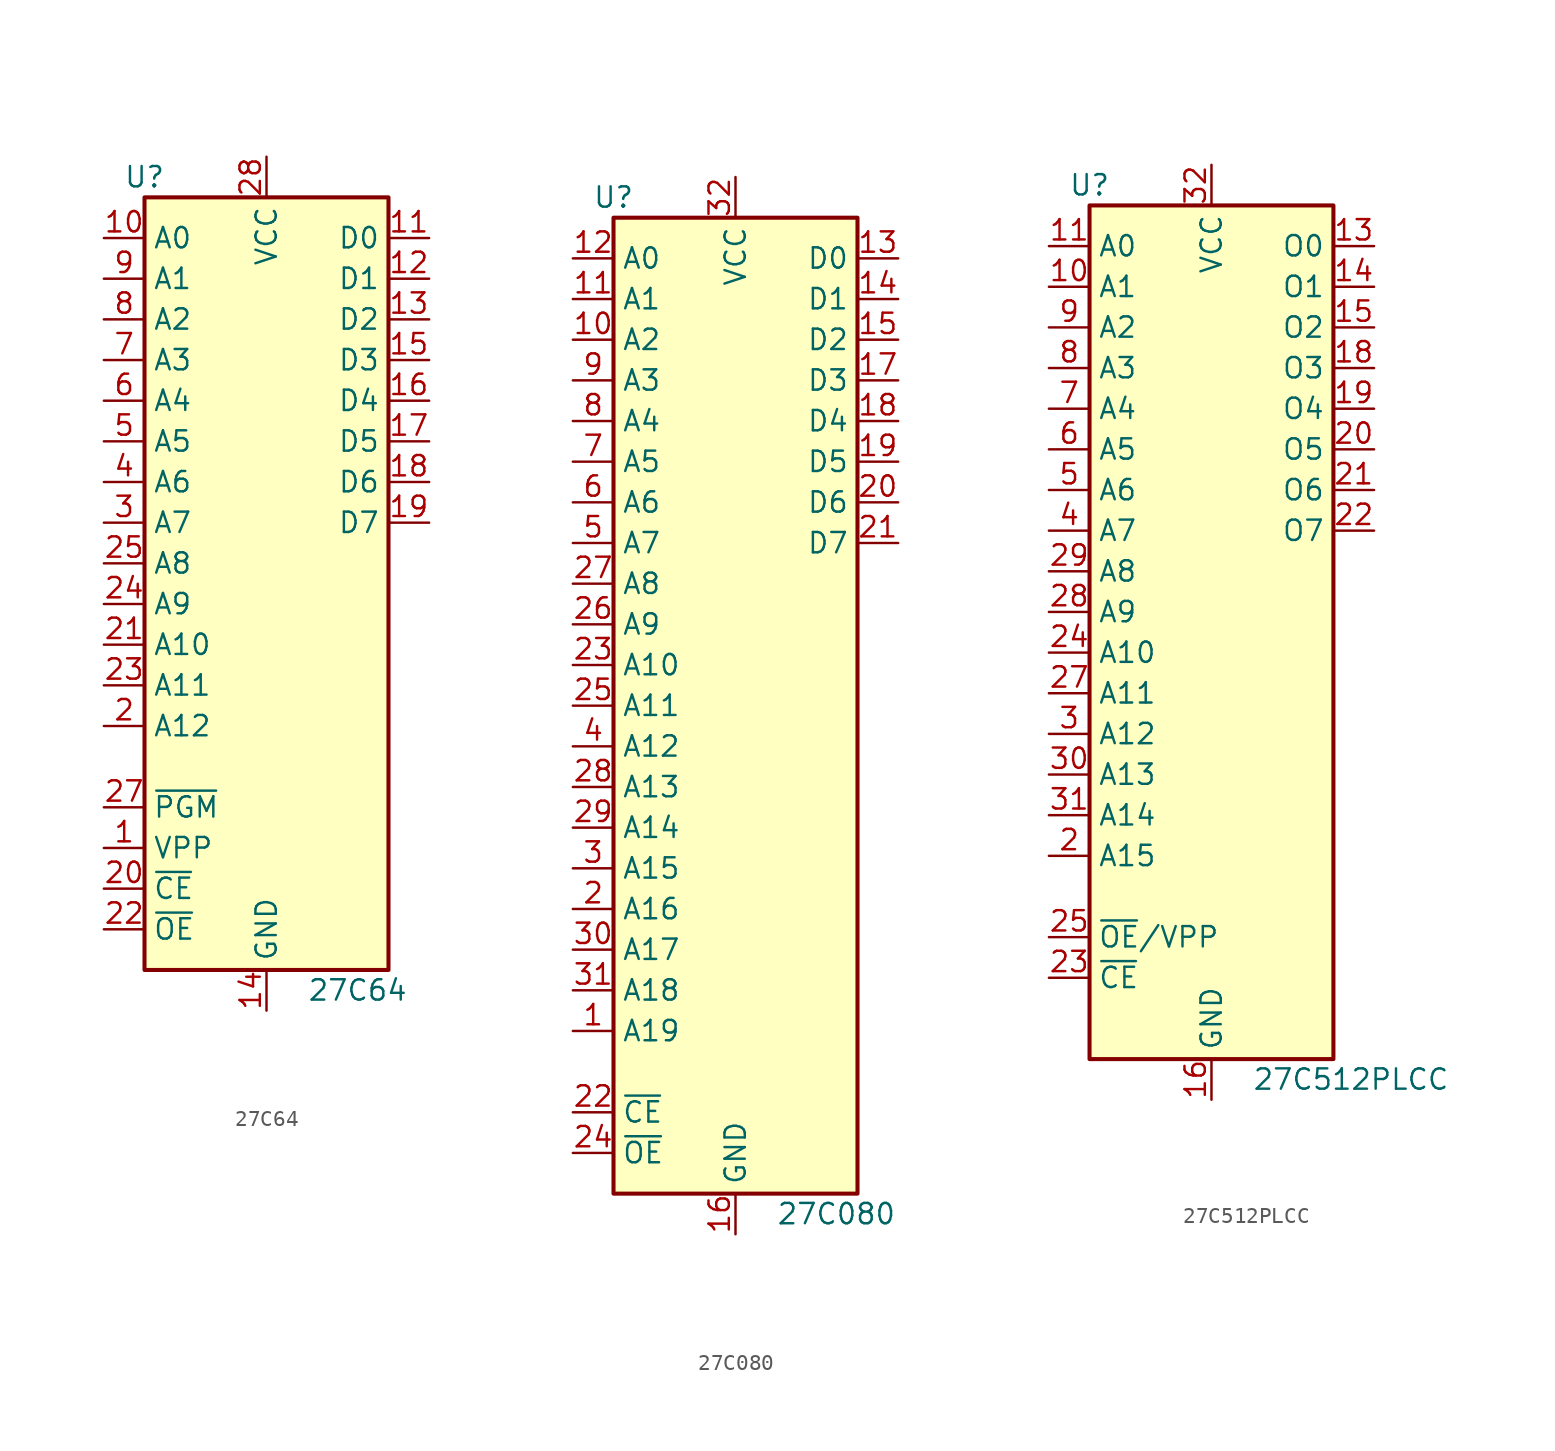
<source format=kicad_sym>
(kicad_symbol_lib
  (version 20200908)
  (generator kicad_symbol_editor)
  (symbol "Memory_EPROM:27C64"
    (property "Reference" "U"
      (at -7.62 24.13 0)
      (effects (font (size 1.27 1.27))))
    (property "Value" "27C64"
      (at 2.54 -26.67 0)
      (effects (font (size 1.27 1.27)) (justify left)))
    (symbol "27C64_1_1"
      (rectangle (start -7.62 22.86) (end 7.62 -25.4) (stroke (width 0.254)) (fill (type background)))
      (pin input line (at -10.16 -17.78 0) (length 2.54) (name "VPP" (effects (font (size 1.27 1.27)))) (number "1" (effects (font (size 1.27 1.27)))))
      (pin input line (at -10.16 -10.16 0) (length 2.54) (name "A12" (effects (font (size 1.27 1.27)))) (number "2" (effects (font (size 1.27 1.27)))))
      (pin input line (at -10.16 2.54 0) (length 2.54) (name "A7" (effects (font (size 1.27 1.27)))) (number "3" (effects (font (size 1.27 1.27)))))
      (pin input line (at -10.16 5.08 0) (length 2.54) (name "A6" (effects (font (size 1.27 1.27)))) (number "4" (effects (font (size 1.27 1.27)))))
      (pin input line (at -10.16 7.62 0) (length 2.54) (name "A5" (effects (font (size 1.27 1.27)))) (number "5" (effects (font (size 1.27 1.27)))))
      (pin input line (at -10.16 10.16 0) (length 2.54) (name "A4" (effects (font (size 1.27 1.27)))) (number "6" (effects (font (size 1.27 1.27)))))
      (pin input line (at -10.16 12.7 0) (length 2.54) (name "A3" (effects (font (size 1.27 1.27)))) (number "7" (effects (font (size 1.27 1.27)))))
      (pin input line (at -10.16 15.24 0) (length 2.54) (name "A2" (effects (font (size 1.27 1.27)))) (number "8" (effects (font (size 1.27 1.27)))))
      (pin input line (at -10.16 17.78 0) (length 2.54) (name "A1" (effects (font (size 1.27 1.27)))) (number "9" (effects (font (size 1.27 1.27)))))
      (pin input line (at -10.16 20.32 0) (length 2.54) (name "A0" (effects (font (size 1.27 1.27)))) (number "10" (effects (font (size 1.27 1.27)))))
      (pin input line (at -10.16 -20.32 0) (length 2.54) (name "~CE" (effects (font (size 1.27 1.27)))) (number "20" (effects (font (size 1.27 1.27)))))
      (pin tri_state line (at 10.16 20.32 180) (length 2.54) (name "D0" (effects (font (size 1.27 1.27)))) (number "11" (effects (font (size 1.27 1.27)))))
      (pin input line (at -10.16 -5.08 0) (length 2.54) (name "A10" (effects (font (size 1.27 1.27)))) (number "21" (effects (font (size 1.27 1.27)))))
      (pin tri_state line (at 10.16 17.78 180) (length 2.54) (name "D1" (effects (font (size 1.27 1.27)))) (number "12" (effects (font (size 1.27 1.27)))))
      (pin input line (at -10.16 -22.86 0) (length 2.54) (name "~OE" (effects (font (size 1.27 1.27)))) (number "22" (effects (font (size 1.27 1.27)))))
      (pin tri_state line (at 10.16 15.24 180) (length 2.54) (name "D2" (effects (font (size 1.27 1.27)))) (number "13" (effects (font (size 1.27 1.27)))))
      (pin input line (at -10.16 -7.62 0) (length 2.54) (name "A11" (effects (font (size 1.27 1.27)))) (number "23" (effects (font (size 1.27 1.27)))))
      (pin power_in line (at 0 -27.94 90) (length 2.54) (name "GND" (effects (font (size 1.27 1.27)))) (number "14" (effects (font (size 1.27 1.27)))))
      (pin input line (at -10.16 -2.54 0) (length 2.54) (name "A9" (effects (font (size 1.27 1.27)))) (number "24" (effects (font (size 1.27 1.27)))))
      (pin tri_state line (at 10.16 12.7 180) (length 2.54) (name "D3" (effects (font (size 1.27 1.27)))) (number "15" (effects (font (size 1.27 1.27)))))
      (pin input line (at -10.16 0 0) (length 2.54) (name "A8" (effects (font (size 1.27 1.27)))) (number "25" (effects (font (size 1.27 1.27)))))
      (pin tri_state line (at 10.16 10.16 180) (length 2.54) (name "D4" (effects (font (size 1.27 1.27)))) (number "16" (effects (font (size 1.27 1.27)))))
      (pin unconnected line (at 7.62 0 180) (length 2.54) hide (name "NC" (effects (font (size 1.27 1.27)))) (number "26" (effects (font (size 1.27 1.27)))))
      (pin tri_state line (at 10.16 7.62 180) (length 2.54) (name "D5" (effects (font (size 1.27 1.27)))) (number "17" (effects (font (size 1.27 1.27)))))
      (pin input line (at -10.16 -15.24 0) (length 2.54) (name "~PGM" (effects (font (size 1.27 1.27)))) (number "27" (effects (font (size 1.27 1.27)))))
      (pin tri_state line (at 10.16 5.08 180) (length 2.54) (name "D6" (effects (font (size 1.27 1.27)))) (number "18" (effects (font (size 1.27 1.27)))))
      (pin power_in line (at 0 25.4 270) (length 2.54) (name "VCC" (effects (font (size 1.27 1.27)))) (number "28" (effects (font (size 1.27 1.27)))))
      (pin tri_state line (at 10.16 2.54 180) (length 2.54) (name "D7" (effects (font (size 1.27 1.27)))) (number "19" (effects (font (size 1.27 1.27)))))))
  (symbol "Memory_EPROM:27C080"
    (property "Reference" "U"
      (at -7.62 31.75 0)
      (effects (font (size 1.27 1.27))))
    (property "Value" "27C080"
      (at 2.54 -31.75 0)
      (effects (font (size 1.27 1.27)) (justify left)))
    (symbol "27C080_1_1"
      (rectangle (start -7.62 30.48) (end 7.62 -30.48) (stroke (width 0.254)) (fill (type background)))
      (pin input line (at -10.16 -20.32 0) (length 2.54) (name "A19" (effects (font (size 1.27 1.27)))) (number "1" (effects (font (size 1.27 1.27)))))
      (pin input line (at -10.16 -12.7 0) (length 2.54) (name "A16" (effects (font (size 1.27 1.27)))) (number "2" (effects (font (size 1.27 1.27)))))
      (pin input line (at -10.16 -10.16 0) (length 2.54) (name "A15" (effects (font (size 1.27 1.27)))) (number "3" (effects (font (size 1.27 1.27)))))
      (pin input line (at -10.16 -2.54 0) (length 2.54) (name "A12" (effects (font (size 1.27 1.27)))) (number "4" (effects (font (size 1.27 1.27)))))
      (pin input line (at -10.16 10.16 0) (length 2.54) (name "A7" (effects (font (size 1.27 1.27)))) (number "5" (effects (font (size 1.27 1.27)))))
      (pin input line (at -10.16 12.7 0) (length 2.54) (name "A6" (effects (font (size 1.27 1.27)))) (number "6" (effects (font (size 1.27 1.27)))))
      (pin input line (at -10.16 15.24 0) (length 2.54) (name "A5" (effects (font (size 1.27 1.27)))) (number "7" (effects (font (size 1.27 1.27)))))
      (pin input line (at -10.16 17.78 0) (length 2.54) (name "A4" (effects (font (size 1.27 1.27)))) (number "8" (effects (font (size 1.27 1.27)))))
      (pin input line (at -10.16 20.32 0) (length 2.54) (name "A3" (effects (font (size 1.27 1.27)))) (number "9" (effects (font (size 1.27 1.27)))))
      (pin input line (at -10.16 22.86 0) (length 2.54) (name "A2" (effects (font (size 1.27 1.27)))) (number "10" (effects (font (size 1.27 1.27)))))
      (pin tri_state line (at 10.16 12.7 180) (length 2.54) (name "D6" (effects (font (size 1.27 1.27)))) (number "20" (effects (font (size 1.27 1.27)))))
      (pin input line (at -10.16 -15.24 0) (length 2.54) (name "A17" (effects (font (size 1.27 1.27)))) (number "30" (effects (font (size 1.27 1.27)))))
      (pin input line (at -10.16 25.4 0) (length 2.54) (name "A1" (effects (font (size 1.27 1.27)))) (number "11" (effects (font (size 1.27 1.27)))))
      (pin tri_state line (at 10.16 10.16 180) (length 2.54) (name "D7" (effects (font (size 1.27 1.27)))) (number "21" (effects (font (size 1.27 1.27)))))
      (pin input line (at -10.16 -17.78 0) (length 2.54) (name "A18" (effects (font (size 1.27 1.27)))) (number "31" (effects (font (size 1.27 1.27)))))
      (pin input line (at -10.16 27.94 0) (length 2.54) (name "A0" (effects (font (size 1.27 1.27)))) (number "12" (effects (font (size 1.27 1.27)))))
      (pin input line (at -10.16 -25.4 0) (length 2.54) (name "~CE" (effects (font (size 1.27 1.27)))) (number "22" (effects (font (size 1.27 1.27)))))
      (pin power_in line (at 0 33.02 270) (length 2.54) (name "VCC" (effects (font (size 1.27 1.27)))) (number "32" (effects (font (size 1.27 1.27)))))
      (pin tri_state line (at 10.16 27.94 180) (length 2.54) (name "D0" (effects (font (size 1.27 1.27)))) (number "13" (effects (font (size 1.27 1.27)))))
      (pin input line (at -10.16 2.54 0) (length 2.54) (name "A10" (effects (font (size 1.27 1.27)))) (number "23" (effects (font (size 1.27 1.27)))))
      (pin tri_state line (at 10.16 25.4 180) (length 2.54) (name "D1" (effects (font (size 1.27 1.27)))) (number "14" (effects (font (size 1.27 1.27)))))
      (pin input line (at -10.16 -27.94 0) (length 2.54) (name "~OE" (effects (font (size 1.27 1.27)))) (number "24" (effects (font (size 1.27 1.27)))))
      (pin tri_state line (at 10.16 22.86 180) (length 2.54) (name "D2" (effects (font (size 1.27 1.27)))) (number "15" (effects (font (size 1.27 1.27)))))
      (pin input line (at -10.16 0 0) (length 2.54) (name "A11" (effects (font (size 1.27 1.27)))) (number "25" (effects (font (size 1.27 1.27)))))
      (pin power_in line (at 0 -33.02 90) (length 2.54) (name "GND" (effects (font (size 1.27 1.27)))) (number "16" (effects (font (size 1.27 1.27)))))
      (pin input line (at -10.16 5.08 0) (length 2.54) (name "A9" (effects (font (size 1.27 1.27)))) (number "26" (effects (font (size 1.27 1.27)))))
      (pin tri_state line (at 10.16 20.32 180) (length 2.54) (name "D3" (effects (font (size 1.27 1.27)))) (number "17" (effects (font (size 1.27 1.27)))))
      (pin input line (at -10.16 7.62 0) (length 2.54) (name "A8" (effects (font (size 1.27 1.27)))) (number "27" (effects (font (size 1.27 1.27)))))
      (pin tri_state line (at 10.16 17.78 180) (length 2.54) (name "D4" (effects (font (size 1.27 1.27)))) (number "18" (effects (font (size 1.27 1.27)))))
      (pin input line (at -10.16 -5.08 0) (length 2.54) (name "A13" (effects (font (size 1.27 1.27)))) (number "28" (effects (font (size 1.27 1.27)))))
      (pin tri_state line (at 10.16 15.24 180) (length 2.54) (name "D5" (effects (font (size 1.27 1.27)))) (number "19" (effects (font (size 1.27 1.27)))))
      (pin input line (at -10.16 -7.62 0) (length 2.54) (name "A14" (effects (font (size 1.27 1.27)))) (number "29" (effects (font (size 1.27 1.27)))))))
  (symbol "Memory_EPROM:27C512PLCC"
    (property "Reference" "U"
      (at -7.62 26.67 0)
      (effects (font (size 1.27 1.27))))
    (property "Value" "27C512PLCC"
      (at 2.54 -29.21 0)
      (effects (font (size 1.27 1.27)) (justify left)))
    (symbol "27C512PLCC_1_1"
      (rectangle (start -7.62 25.4) (end 7.62 -27.94) (stroke (width 0.254)) (fill (type background)))
      (pin unconnected line (at 7.62 -17.78 180) (length 2.54) hide (name "NC" (effects (font (size 1.27 1.27)))) (number "1" (effects (font (size 1.27 1.27)))))
      (pin input line (at -10.16 -15.24 0) (length 2.54) (name "A15" (effects (font (size 1.27 1.27)))) (number "2" (effects (font (size 1.27 1.27)))))
      (pin input line (at -10.16 -7.62 0) (length 2.54) (name "A12" (effects (font (size 1.27 1.27)))) (number "3" (effects (font (size 1.27 1.27)))))
      (pin input line (at -10.16 5.08 0) (length 2.54) (name "A7" (effects (font (size 1.27 1.27)))) (number "4" (effects (font (size 1.27 1.27)))))
      (pin input line (at -10.16 7.62 0) (length 2.54) (name "A6" (effects (font (size 1.27 1.27)))) (number "5" (effects (font (size 1.27 1.27)))))
      (pin input line (at -10.16 10.16 0) (length 2.54) (name "A5" (effects (font (size 1.27 1.27)))) (number "6" (effects (font (size 1.27 1.27)))))
      (pin input line (at -10.16 12.7 0) (length 2.54) (name "A4" (effects (font (size 1.27 1.27)))) (number "7" (effects (font (size 1.27 1.27)))))
      (pin input line (at -10.16 15.24 0) (length 2.54) (name "A3" (effects (font (size 1.27 1.27)))) (number "8" (effects (font (size 1.27 1.27)))))
      (pin input line (at -10.16 17.78 0) (length 2.54) (name "A2" (effects (font (size 1.27 1.27)))) (number "9" (effects (font (size 1.27 1.27)))))
      (pin input line (at -10.16 20.32 0) (length 2.54) (name "A1" (effects (font (size 1.27 1.27)))) (number "10" (effects (font (size 1.27 1.27)))))
      (pin tri_state line (at 10.16 10.16 180) (length 2.54) (name "O5" (effects (font (size 1.27 1.27)))) (number "20" (effects (font (size 1.27 1.27)))))
      (pin input line (at -10.16 -10.16 0) (length 2.54) (name "A13" (effects (font (size 1.27 1.27)))) (number "30" (effects (font (size 1.27 1.27)))))
      (pin input line (at -10.16 22.86 0) (length 2.54) (name "A0" (effects (font (size 1.27 1.27)))) (number "11" (effects (font (size 1.27 1.27)))))
      (pin tri_state line (at 10.16 7.62 180) (length 2.54) (name "O6" (effects (font (size 1.27 1.27)))) (number "21" (effects (font (size 1.27 1.27)))))
      (pin input line (at -10.16 -12.7 0) (length 2.54) (name "A14" (effects (font (size 1.27 1.27)))) (number "31" (effects (font (size 1.27 1.27)))))
      (pin unconnected line (at 7.62 -22.86 180) (length 2.54) hide (name "NC" (effects (font (size 1.27 1.27)))) (number "12" (effects (font (size 1.27 1.27)))))
      (pin tri_state line (at 10.16 5.08 180) (length 2.54) (name "O7" (effects (font (size 1.27 1.27)))) (number "22" (effects (font (size 1.27 1.27)))))
      (pin power_in line (at 0 27.94 270) (length 2.54) (name "VCC" (effects (font (size 1.27 1.27)))) (number "32" (effects (font (size 1.27 1.27)))))
      (pin tri_state line (at 10.16 22.86 180) (length 2.54) (name "O0" (effects (font (size 1.27 1.27)))) (number "13" (effects (font (size 1.27 1.27)))))
      (pin input line (at -10.16 -22.86 0) (length 2.54) (name "~CE" (effects (font (size 1.27 1.27)))) (number "23" (effects (font (size 1.27 1.27)))))
      (pin tri_state line (at 10.16 20.32 180) (length 2.54) (name "O1" (effects (font (size 1.27 1.27)))) (number "14" (effects (font (size 1.27 1.27)))))
      (pin input line (at -10.16 -2.54 0) (length 2.54) (name "A10" (effects (font (size 1.27 1.27)))) (number "24" (effects (font (size 1.27 1.27)))))
      (pin tri_state line (at 10.16 17.78 180) (length 2.54) (name "O2" (effects (font (size 1.27 1.27)))) (number "15" (effects (font (size 1.27 1.27)))))
      (pin input line (at -10.16 -20.32 0) (length 2.54) (name "~OE~/VPP" (effects (font (size 1.27 1.27)))) (number "25" (effects (font (size 1.27 1.27)))))
      (pin power_in line (at 0 -30.48 90) (length 2.54) (name "GND" (effects (font (size 1.27 1.27)))) (number "16" (effects (font (size 1.27 1.27)))))
      (pin unconnected line (at 7.62 -25.4 180) (length 2.54) hide (name "NC" (effects (font (size 1.27 1.27)))) (number "26" (effects (font (size 1.27 1.27)))))
      (pin unconnected line (at 7.62 -20.32 180) (length 2.54) hide (name "NC" (effects (font (size 1.27 1.27)))) (number "17" (effects (font (size 1.27 1.27)))))
      (pin input line (at -10.16 -5.08 0) (length 2.54) (name "A11" (effects (font (size 1.27 1.27)))) (number "27" (effects (font (size 1.27 1.27)))))
      (pin tri_state line (at 10.16 15.24 180) (length 2.54) (name "O3" (effects (font (size 1.27 1.27)))) (number "18" (effects (font (size 1.27 1.27)))))
      (pin input line (at -10.16 0 0) (length 2.54) (name "A9" (effects (font (size 1.27 1.27)))) (number "28" (effects (font (size 1.27 1.27)))))
      (pin tri_state line (at 10.16 12.7 180) (length 2.54) (name "O4" (effects (font (size 1.27 1.27)))) (number "19" (effects (font (size 1.27 1.27)))))
      (pin input line (at -10.16 2.54 0) (length 2.54) (name "A8" (effects (font (size 1.27 1.27)))) (number "29" (effects (font (size 1.27 1.27))))))))
</source>
